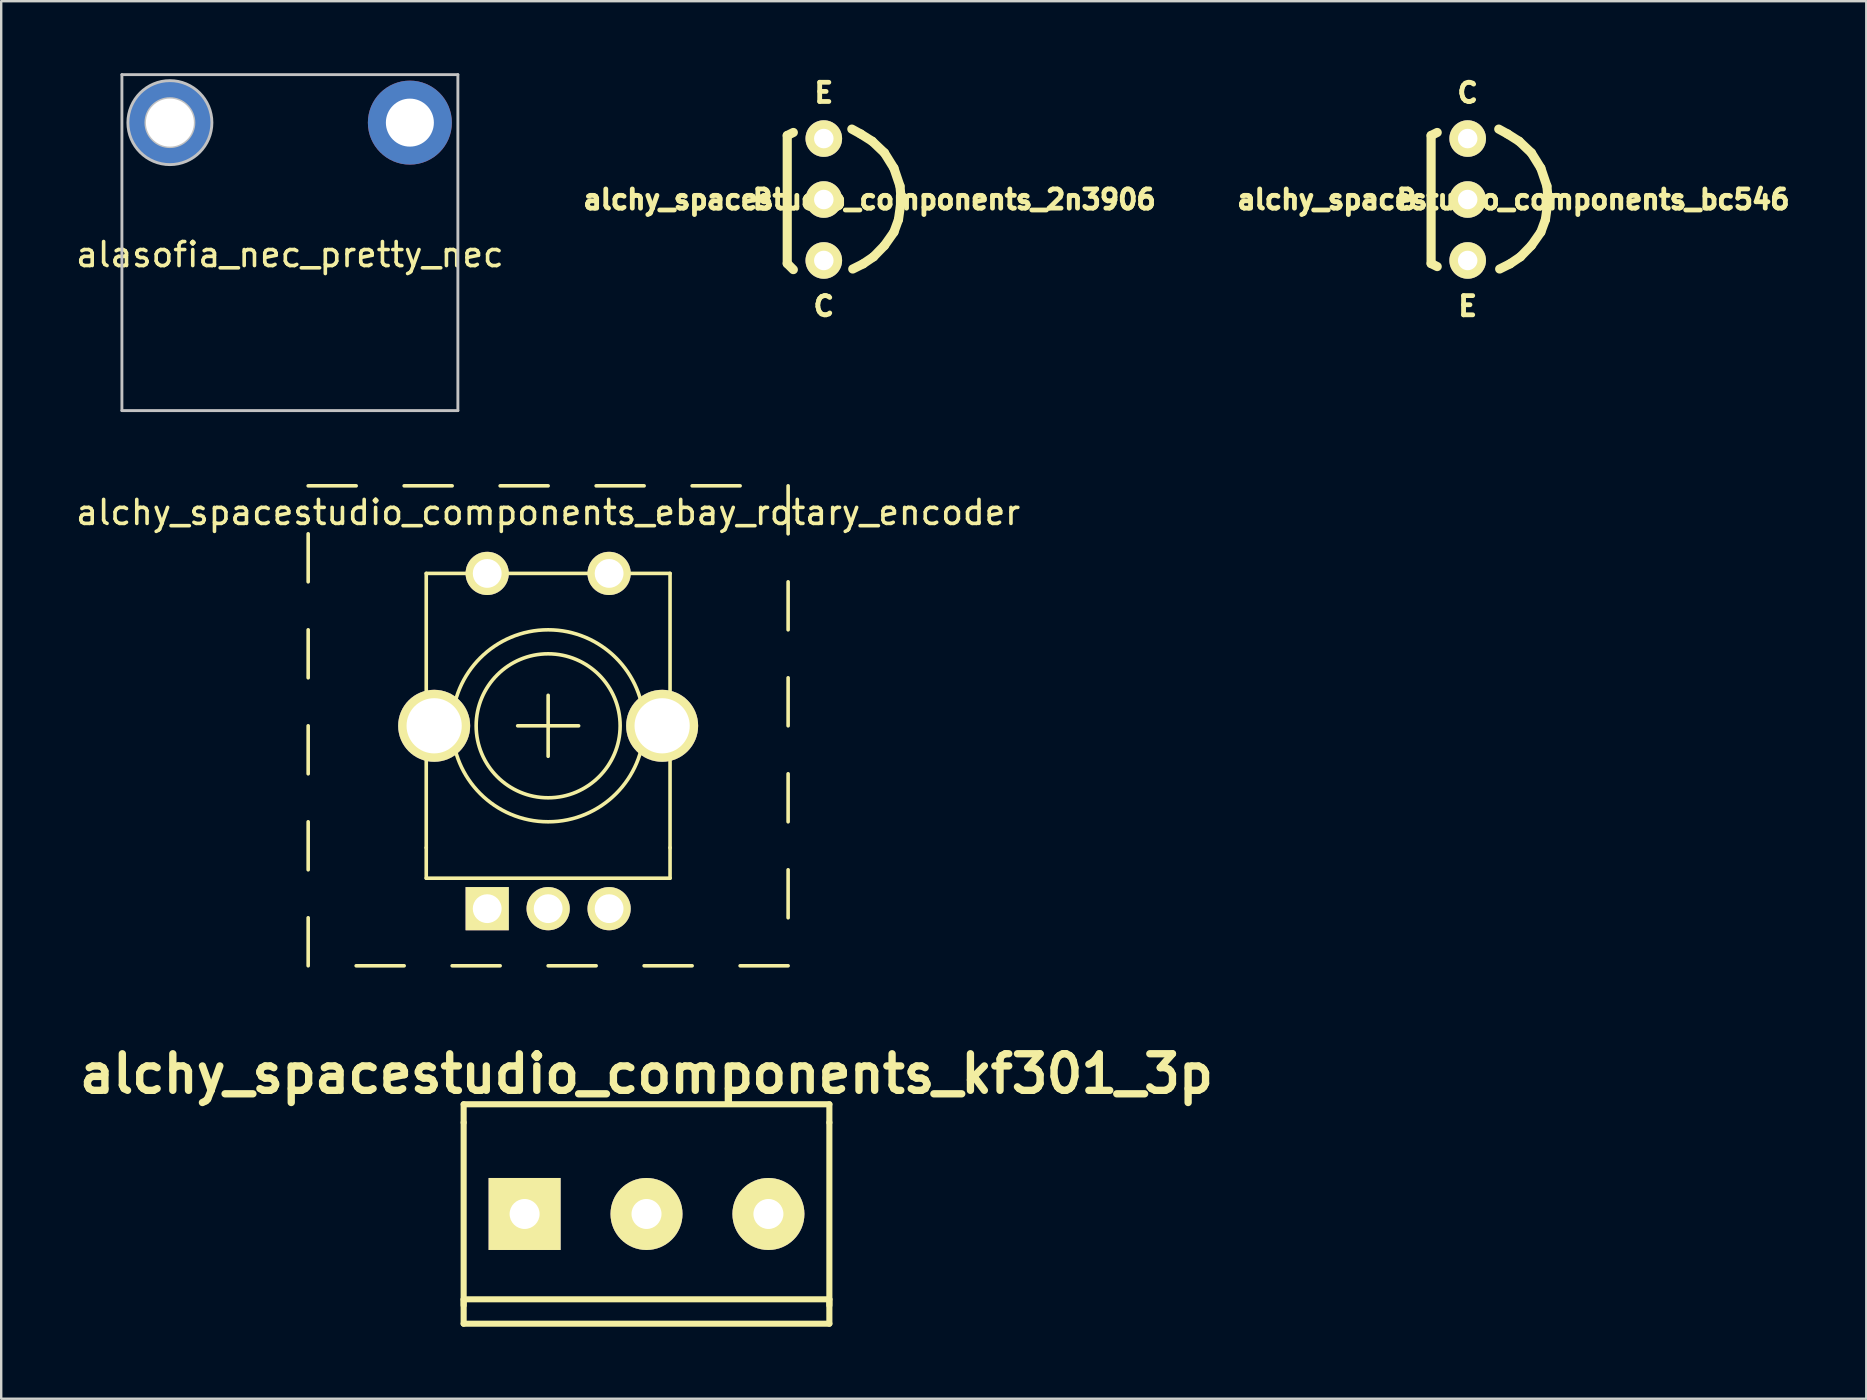
<source format=kicad_pcb>
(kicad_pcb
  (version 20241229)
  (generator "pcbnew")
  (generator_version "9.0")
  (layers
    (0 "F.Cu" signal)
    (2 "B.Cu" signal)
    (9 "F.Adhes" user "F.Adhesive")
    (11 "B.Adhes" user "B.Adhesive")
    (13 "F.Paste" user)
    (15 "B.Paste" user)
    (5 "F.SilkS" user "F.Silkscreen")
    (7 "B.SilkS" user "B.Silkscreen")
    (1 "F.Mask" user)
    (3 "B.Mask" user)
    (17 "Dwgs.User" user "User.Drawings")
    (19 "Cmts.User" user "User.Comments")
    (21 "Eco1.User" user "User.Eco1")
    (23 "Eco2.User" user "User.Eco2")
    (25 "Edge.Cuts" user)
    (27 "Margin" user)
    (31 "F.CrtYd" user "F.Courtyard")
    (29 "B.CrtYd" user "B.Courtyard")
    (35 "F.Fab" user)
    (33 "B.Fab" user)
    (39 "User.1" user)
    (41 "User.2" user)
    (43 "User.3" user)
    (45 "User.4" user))
  (footprint "alchy_spacestudio_components_kf301_3p"
    (layer "F.Cu")
    (at 23.891 47.538)
    (property "Reference" "alchy_spacestudio_components_kf301_3p" (at 0 -5.842 0) (layer "F.SilkS") (effects (font (size 1.524 1.524) (thickness 0.305))))
    (attr through_hole)
    (fp_line (start -7.62 -4.572) (end -7.62 -3.81) (stroke (width 0.254) (type solid)) (layer "F.SilkS"))
    (fp_line (start -7.62 -4.572) (end 7.62 -4.572) (stroke (width 0.254) (type solid)) (layer "F.SilkS"))
    (fp_line (start -7.62 3.556) (end 7.62 3.556) (stroke (width 0.254) (type solid)) (layer "F.SilkS"))
    (fp_line (start -7.62 3.81) (end -7.62 -3.81) (stroke (width 0.254) (type solid)) (layer "F.SilkS"))
    (fp_line (start -7.62 4.572) (end -7.62 3.556) (stroke (width 0.254) (type solid)) (layer "F.SilkS"))
    (fp_line (start 7.62 -4.572) (end 7.62 -3.81) (stroke (width 0.254) (type solid)) (layer "F.SilkS"))
    (fp_line (start 7.62 3.556) (end 7.62 4.572) (stroke (width 0.254) (type solid)) (layer "F.SilkS"))
    (fp_line (start 7.62 3.81) (end 7.62 -3.81) (stroke (width 0.254) (type solid)) (layer "F.SilkS"))
    (fp_line (start 7.62 4.572) (end -7.62 4.572) (stroke (width 0.254) (type solid)) (layer "F.SilkS"))
    (pad "1" thru_hole rect (at -5.08 0) (size 3 3) (drill 1.25) (layers "*.Cu" "*.Mask" "F.SilkS"))
    (pad "2" thru_hole circle (at 0 0) (size 3 3) (drill 1.25) (layers "*.Cu" "*.Mask" "F.SilkS"))
    (pad "3" thru_hole circle (at 5.08 0) (size 3 3) (drill 1.25) (layers "*.Cu" "*.Mask" "F.SilkS")))
  (footprint "alchy_spacestudio_components_bc546"
    (layer "F.Cu")
    (at 58.11 5.264)
    (property "Reference" "alchy_spacestudio_components_bc546" (at 1.905 0 0) (layer "F.SilkS") (effects (font (size 0.8 0.8) (thickness 0.2))))
    (attr through_hole)
    (fp_line (start -1.524 -2.667) (end -1.524 2.667) (stroke (width 0.381) (type solid)) (layer "F.SilkS"))
    (fp_line (start -1.524 -2.667) (end -1.27 -2.794) (stroke (width 0.381) (type solid)) (layer "F.SilkS"))
    (fp_line (start -1.524 2.667) (end -1.27 2.794) (stroke (width 0.381) (type solid)) (layer "F.SilkS"))
    (fp_line (start 1.295 -2.934) (end 1.664 -2.731) (stroke (width 0.381) (type solid)) (layer "F.SilkS"))
    (fp_line (start 1.664 -2.731) (end 2.146 -2.426) (stroke (width 0.381) (type solid)) (layer "F.SilkS"))
    (fp_line (start 1.765 2.68) (end 1.333 2.896) (stroke (width 0.381) (type solid)) (layer "F.SilkS"))
    (fp_line (start 2.146 -2.426) (end 2.654 -1.943) (stroke (width 0.381) (type solid)) (layer "F.SilkS"))
    (fp_line (start 2.197 2.388) (end 1.765 2.68) (stroke (width 0.381) (type solid)) (layer "F.SilkS"))
    (fp_line (start 2.654 -1.943) (end 3.048 -1.308) (stroke (width 0.381) (type solid)) (layer "F.SilkS"))
    (fp_line (start 2.654 1.918) (end 2.197 2.388) (stroke (width 0.381) (type solid)) (layer "F.SilkS"))
    (fp_line (start 3.048 -1.308) (end 3.302 -0.559) (stroke (width 0.381) (type solid)) (layer "F.SilkS"))
    (fp_line (start 3.048 1.359) (end 2.654 1.918) (stroke (width 0.381) (type solid)) (layer "F.SilkS"))
    (fp_line (start 3.239 0.838) (end 3.048 1.359) (stroke (width 0.381) (type solid)) (layer "F.SilkS"))
    (fp_line (start 3.302 -0.559) (end 3.353 0.025) (stroke (width 0.381) (type solid)) (layer "F.SilkS"))
    (fp_line (start 3.353 0.025) (end 3.239 0.838) (stroke (width 0.381) (type solid)) (layer "F.SilkS"))
    (fp_text user "B" (at -2.54 0 0) (layer "F.SilkS") (effects (font (size 0.8 0.8) (thickness 0.2))))
    (fp_text user "E" (at 0 4.445 0) (layer "F.SilkS") (effects (font (size 0.8 0.8) (thickness 0.2))))
    (fp_text user "C" (at 0 -4.445 0) (layer "F.SilkS") (effects (font (size 0.8 0.8) (thickness 0.2))))
    (pad "1" thru_hole circle (at 0 -2.54) (size 1.524 1.524) (drill 0.813) (layers "*.Cu" "*.Mask" "F.SilkS"))
    (pad "2" thru_hole circle (at 0 0) (size 1.524 1.524) (drill 0.813) (layers "*.Cu" "*.Mask" "F.SilkS"))
    (pad "3" thru_hole circle (at 0 2.54) (size 1.524 1.524) (drill 0.813) (layers "*.Cu" "*.Mask" "F.SilkS")))
  (footprint "alasofia_nec_pretty_nec"
    (layer "F.Cu")
    (at 9.03 7.06)
    (property "Reference" "alasofia_nec_pretty_nec" (at 0 0.5 0) (layer "F.SilkS") (effects (font (size 1 1) (thickness 0.15))))
    (attr through_hole)
    (fp_line (start -7 -7) (end -7 7) (stroke (width 0.12) (type solid)) (layer "Dwgs.User"))
    (fp_line (start -7 7) (end 7 7) (stroke (width 0.12) (type solid)) (layer "Dwgs.User"))
    (fp_line (start 7 -7) (end -7 -7) (stroke (width 0.12) (type solid)) (layer "Dwgs.User"))
    (fp_line (start 7 7) (end 7 -7) (stroke (width 0.12) (type solid)) (layer "Dwgs.User"))
    (fp_circle (center -5 -5) (end -5 -4) (stroke (width 0.12) (type solid)) (fill no) (layer "Dwgs.User"))
    (fp_circle (center -5 -5) (end -3.25 -5) (stroke (width 0.12) (type solid)) (fill no) (layer "Dwgs.User"))
    (pad "1" thru_hole circle (at -5 -5) (size 3.5 3.5) (drill 2) (layers "*.Cu" "*.Mask"))
    (pad "2" thru_hole circle (at 5 -5) (size 3.5 3.5) (drill 2) (layers "*.Cu" "*.Mask")))
  (footprint "alchy_spacestudio_components_ebay_rotary_encoder"
    (layer "F.Cu")
    (at 19.792 27.195)
    (property "Reference" "alchy_spacestudio_components_ebay_rotary_encoder" (at 0 -8.89 0) (layer "F.SilkS") (effects (font (size 1 1) (thickness 0.15))))
    (attr through_hole)
    (fp_line (start -10 -10) (end -8 -10) (stroke (width 0.15) (type solid)) (layer "F.SilkS"))
    (fp_line (start -10 -8) (end -10 -6) (stroke (width 0.15) (type solid)) (layer "F.SilkS"))
    (fp_line (start -10 -4) (end -10 -2) (stroke (width 0.15) (type solid)) (layer "F.SilkS"))
    (fp_line (start -10 0) (end -10 2) (stroke (width 0.15) (type solid)) (layer "F.SilkS"))
    (fp_line (start -10 4) (end -10 6) (stroke (width 0.15) (type solid)) (layer "F.SilkS"))
    (fp_line (start -10 8) (end -10 10) (stroke (width 0.15) (type solid)) (layer "F.SilkS"))
    (fp_line (start -8 10) (end -6 10) (stroke (width 0.15) (type solid)) (layer "F.SilkS"))
    (fp_line (start -5.08 -6.35) (end -5.08 5.08) (stroke (width 0.15) (type solid)) (layer "F.SilkS"))
    (fp_line (start -5.08 -6.35) (end 5.08 -6.35) (stroke (width 0.15) (type solid)) (layer "F.SilkS"))
    (fp_line (start -5.08 5.08) (end -5.08 6.35) (stroke (width 0.15) (type solid)) (layer "F.SilkS"))
    (fp_line (start -5.08 6.35) (end 5.08 6.35) (stroke (width 0.15) (type solid)) (layer "F.SilkS"))
    (fp_line (start -4 -10) (end -6 -10) (stroke (width 0.15) (type solid)) (layer "F.SilkS"))
    (fp_line (start -4 10) (end -2 10) (stroke (width 0.15) (type solid)) (layer "F.SilkS"))
    (fp_line (start -1.27 0) (end 1.27 0) (stroke (width 0.15) (type solid)) (layer "F.SilkS"))
    (fp_line (start 0 -10) (end -2 -10) (stroke (width 0.15) (type solid)) (layer "F.SilkS"))
    (fp_line (start 0 -1.27) (end 0 1.27) (stroke (width 0.15) (type solid)) (layer "F.SilkS"))
    (fp_line (start 0 10) (end 2 10) (stroke (width 0.15) (type solid)) (layer "F.SilkS"))
    (fp_line (start 4 -10) (end 2 -10) (stroke (width 0.15) (type solid)) (layer "F.SilkS"))
    (fp_line (start 4 10) (end 6 10) (stroke (width 0.15) (type solid)) (layer "F.SilkS"))
    (fp_line (start 5.08 5.08) (end 5.08 -6.35) (stroke (width 0.15) (type solid)) (layer "F.SilkS"))
    (fp_line (start 5.08 6.35) (end 5.08 5.08) (stroke (width 0.15) (type solid)) (layer "F.SilkS"))
    (fp_line (start 8 -10) (end 6 -10) (stroke (width 0.15) (type solid)) (layer "F.SilkS"))
    (fp_line (start 8 10) (end 10 10) (stroke (width 0.15) (type solid)) (layer "F.SilkS"))
    (fp_line (start 10 -8) (end 10 -10) (stroke (width 0.15) (type solid)) (layer "F.SilkS"))
    (fp_line (start 10 -4) (end 10 -6) (stroke (width 0.15) (type solid)) (layer "F.SilkS"))
    (fp_line (start 10 0) (end 10 -2) (stroke (width 0.15) (type solid)) (layer "F.SilkS"))
    (fp_line (start 10 4) (end 10 2) (stroke (width 0.15) (type solid)) (layer "F.SilkS"))
    (fp_line (start 10 8) (end 10 6) (stroke (width 0.15) (type solid)) (layer "F.SilkS"))
    (fp_circle (center 0 0) (end 3 0) (stroke (width 0.15) (type solid)) (fill no) (layer "F.SilkS"))
    (fp_circle (center 0 0) (end 4 0) (stroke (width 0.15) (type solid)) (fill no) (layer "F.SilkS"))
    (pad "" thru_hole circle (at -4.75 0) (size 3 3) (drill 2.3) (layers "*.Cu" "*.Mask" "F.SilkS"))
    (pad "" thru_hole circle (at 4.75 0) (size 3 3) (drill 2.3) (layers "*.Cu" "*.Mask" "F.SilkS"))
    (pad "1" thru_hole rect (at -2.54 7.62) (size 1.8 1.8) (drill 1.2) (layers "*.Cu" "*.Mask" "F.SilkS"))
    (pad "2" thru_hole circle (at 0 7.62) (size 1.8 1.8) (drill 1.2) (layers "*.Cu" "*.Mask" "F.SilkS"))
    (pad "3" thru_hole circle (at 2.54 7.62) (size 1.8 1.8) (drill 1.2) (layers "*.Cu" "*.Mask" "F.SilkS"))
    (pad "4" thru_hole circle (at 2.54 -6.35) (size 1.8 1.8) (drill 1.2) (layers "*.Cu" "*.Mask" "F.SilkS"))
    (pad "5" thru_hole circle (at -2.54 -6.35) (size 1.8 1.8) (drill 1.2) (layers "*.Cu" "*.Mask" "F.SilkS")))
  (footprint "alchy_spacestudio_components_2n3906"
    (layer "F.Cu")
    (at 31.279 5.264)
    (property "Reference" "alchy_spacestudio_components_2n3906" (at 1.905 0 0) (layer "F.SilkS") (effects (font (size 0.8 0.8) (thickness 0.2))))
    (attr through_hole)
    (fp_line (start -1.524 -2.667) (end -1.524 2.667) (stroke (width 0.381) (type solid)) (layer "F.SilkS"))
    (fp_line (start -1.524 -2.667) (end -1.27 -2.794) (stroke (width 0.381) (type solid)) (layer "F.SilkS"))
    (fp_line (start -1.524 2.667) (end -1.27 2.921) (stroke (width 0.381) (type solid)) (layer "F.SilkS"))
    (fp_line (start 1.168 -2.934) (end 1.537 -2.731) (stroke (width 0.381) (type solid)) (layer "F.SilkS"))
    (fp_line (start 1.537 -2.731) (end 2.019 -2.426) (stroke (width 0.381) (type solid)) (layer "F.SilkS"))
    (fp_line (start 1.638 2.68) (end 1.206 2.896) (stroke (width 0.381) (type solid)) (layer "F.SilkS"))
    (fp_line (start 2.019 -2.426) (end 2.527 -1.943) (stroke (width 0.381) (type solid)) (layer "F.SilkS"))
    (fp_line (start 2.07 2.388) (end 1.638 2.68) (stroke (width 0.381) (type solid)) (layer "F.SilkS"))
    (fp_line (start 2.527 -1.943) (end 2.921 -1.308) (stroke (width 0.381) (type solid)) (layer "F.SilkS"))
    (fp_line (start 2.527 1.918) (end 2.07 2.388) (stroke (width 0.381) (type solid)) (layer "F.SilkS"))
    (fp_line (start 2.921 -1.308) (end 3.175 -0.559) (stroke (width 0.381) (type solid)) (layer "F.SilkS"))
    (fp_line (start 2.921 1.359) (end 2.527 1.918) (stroke (width 0.381) (type solid)) (layer "F.SilkS"))
    (fp_line (start 3.111 0.838) (end 2.921 1.359) (stroke (width 0.381) (type solid)) (layer "F.SilkS"))
    (fp_line (start 3.175 -0.559) (end 3.226 0.025) (stroke (width 0.381) (type solid)) (layer "F.SilkS"))
    (fp_line (start 3.226 0.025) (end 3.111 0.838) (stroke (width 0.381) (type solid)) (layer "F.SilkS"))
    (fp_text user "C" (at 0 4.445 0) (layer "F.SilkS") (effects (font (size 0.8 0.8) (thickness 0.2))))
    (fp_text user "E" (at 0 -4.445 0) (layer "F.SilkS") (effects (font (size 0.8 0.8) (thickness 0.2))))
    (fp_text user "B" (at -2.54 0 0) (layer "F.SilkS") (effects (font (size 0.8 0.8) (thickness 0.2))))
    (pad "1" thru_hole circle (at 0 -2.54) (size 1.524 1.524) (drill 0.813) (layers "*.Cu" "*.Mask" "F.SilkS"))
    (pad "2" thru_hole circle (at 0 0) (size 1.524 1.524) (drill 0.813) (layers "*.Cu" "*.Mask" "F.SilkS"))
    (pad "3" thru_hole circle (at 0 2.54) (size 1.524 1.524) (drill 0.813) (layers "*.Cu" "*.Mask" "F.SilkS")))
  (gr_rect
    (start -3 -3)
    (end 74.72 55.237)
    (stroke (width 0.1) (type default))
    (fill no)
    (layer "Edge.Cuts")))
</source>
